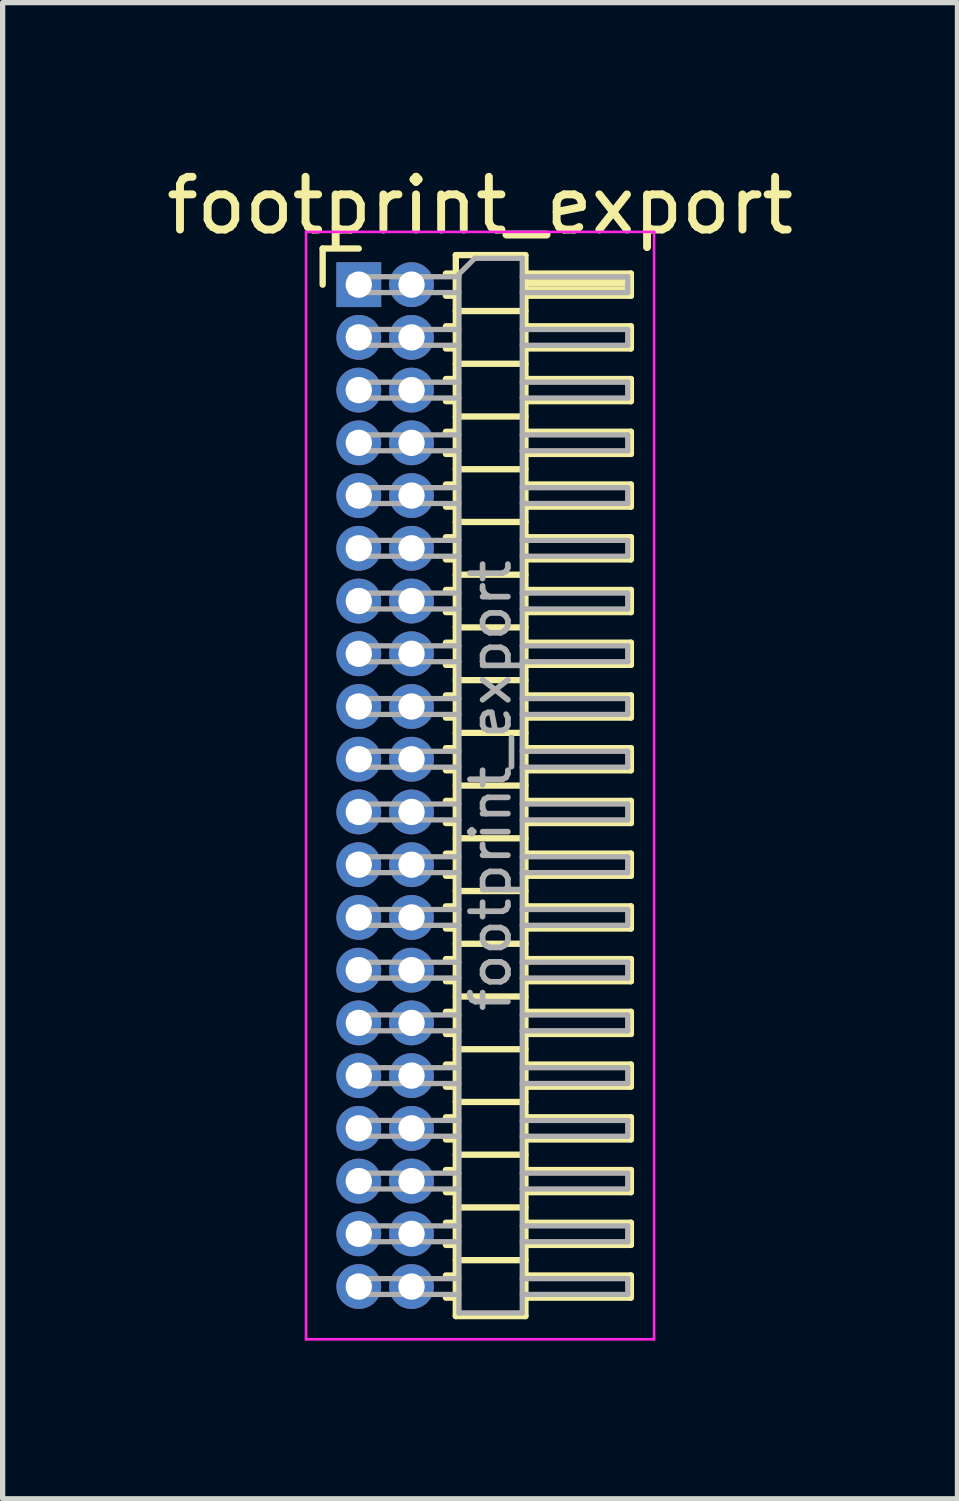
<source format=kicad_pcb>
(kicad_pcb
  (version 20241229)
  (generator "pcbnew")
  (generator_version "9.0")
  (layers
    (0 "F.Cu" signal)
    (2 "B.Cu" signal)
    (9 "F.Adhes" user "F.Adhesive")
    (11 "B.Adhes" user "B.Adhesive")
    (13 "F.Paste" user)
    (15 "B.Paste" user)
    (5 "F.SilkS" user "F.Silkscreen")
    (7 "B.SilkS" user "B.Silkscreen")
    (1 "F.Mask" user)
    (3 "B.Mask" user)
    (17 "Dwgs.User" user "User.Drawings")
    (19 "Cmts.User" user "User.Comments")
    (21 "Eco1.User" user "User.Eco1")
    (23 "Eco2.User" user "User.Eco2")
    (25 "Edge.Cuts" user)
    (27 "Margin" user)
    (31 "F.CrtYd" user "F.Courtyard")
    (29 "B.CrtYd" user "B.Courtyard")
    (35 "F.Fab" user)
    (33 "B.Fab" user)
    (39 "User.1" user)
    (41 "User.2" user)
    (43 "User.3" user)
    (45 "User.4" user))
  (footprint "footprint_export"
    (layer "F.Cu")
    (at 3.754 2.348)
    (property "Reference" "footprint_export" (at 2.3 -1.5 0) (layer "F.SilkS") (effects (font (size 1 1) (thickness 0.15))))
    (attr through_hole)
    (fp_line (start -0.685 -0.685) (end 0 -0.685) (stroke (width 0.12) (type solid)) (layer "F.SilkS"))
    (fp_line (start -0.685 0) (end -0.685 -0.685) (stroke (width 0.12) (type solid)) (layer "F.SilkS"))
    (fp_line (start 1.652 -0.21) (end 1.84 -0.21) (stroke (width 0.12) (type solid)) (layer "F.SilkS"))
    (fp_line (start 1.652 0.21) (end 1.84 0.21) (stroke (width 0.12) (type solid)) (layer "F.SilkS"))
    (fp_line (start 1.652 0.79) (end 1.84 0.79) (stroke (width 0.12) (type solid)) (layer "F.SilkS"))
    (fp_line (start 1.652 1.21) (end 1.84 1.21) (stroke (width 0.12) (type solid)) (layer "F.SilkS"))
    (fp_line (start 1.652 1.79) (end 1.84 1.79) (stroke (width 0.12) (type solid)) (layer "F.SilkS"))
    (fp_line (start 1.652 2.21) (end 1.84 2.21) (stroke (width 0.12) (type solid)) (layer "F.SilkS"))
    (fp_line (start 1.652 2.79) (end 1.84 2.79) (stroke (width 0.12) (type solid)) (layer "F.SilkS"))
    (fp_line (start 1.652 3.21) (end 1.84 3.21) (stroke (width 0.12) (type solid)) (layer "F.SilkS"))
    (fp_line (start 1.652 3.79) (end 1.84 3.79) (stroke (width 0.12) (type solid)) (layer "F.SilkS"))
    (fp_line (start 1.652 4.21) (end 1.84 4.21) (stroke (width 0.12) (type solid)) (layer "F.SilkS"))
    (fp_line (start 1.652 4.79) (end 1.84 4.79) (stroke (width 0.12) (type solid)) (layer "F.SilkS"))
    (fp_line (start 1.652 5.21) (end 1.84 5.21) (stroke (width 0.12) (type solid)) (layer "F.SilkS"))
    (fp_line (start 1.652 5.79) (end 1.84 5.79) (stroke (width 0.12) (type solid)) (layer "F.SilkS"))
    (fp_line (start 1.652 6.21) (end 1.84 6.21) (stroke (width 0.12) (type solid)) (layer "F.SilkS"))
    (fp_line (start 1.652 6.79) (end 1.84 6.79) (stroke (width 0.12) (type solid)) (layer "F.SilkS"))
    (fp_line (start 1.652 7.21) (end 1.84 7.21) (stroke (width 0.12) (type solid)) (layer "F.SilkS"))
    (fp_line (start 1.652 7.79) (end 1.84 7.79) (stroke (width 0.12) (type solid)) (layer "F.SilkS"))
    (fp_line (start 1.652 8.21) (end 1.84 8.21) (stroke (width 0.12) (type solid)) (layer "F.SilkS"))
    (fp_line (start 1.652 8.79) (end 1.84 8.79) (stroke (width 0.12) (type solid)) (layer "F.SilkS"))
    (fp_line (start 1.652 9.21) (end 1.84 9.21) (stroke (width 0.12) (type solid)) (layer "F.SilkS"))
    (fp_line (start 1.652 9.79) (end 1.84 9.79) (stroke (width 0.12) (type solid)) (layer "F.SilkS"))
    (fp_line (start 1.652 10.21) (end 1.84 10.21) (stroke (width 0.12) (type solid)) (layer "F.SilkS"))
    (fp_line (start 1.652 10.79) (end 1.84 10.79) (stroke (width 0.12) (type solid)) (layer "F.SilkS"))
    (fp_line (start 1.652 11.21) (end 1.84 11.21) (stroke (width 0.12) (type solid)) (layer "F.SilkS"))
    (fp_line (start 1.652 11.79) (end 1.84 11.79) (stroke (width 0.12) (type solid)) (layer "F.SilkS"))
    (fp_line (start 1.652 12.21) (end 1.84 12.21) (stroke (width 0.12) (type solid)) (layer "F.SilkS"))
    (fp_line (start 1.652 12.79) (end 1.84 12.79) (stroke (width 0.12) (type solid)) (layer "F.SilkS"))
    (fp_line (start 1.652 13.21) (end 1.84 13.21) (stroke (width 0.12) (type solid)) (layer "F.SilkS"))
    (fp_line (start 1.652 13.79) (end 1.84 13.79) (stroke (width 0.12) (type solid)) (layer "F.SilkS"))
    (fp_line (start 1.652 14.21) (end 1.84 14.21) (stroke (width 0.12) (type solid)) (layer "F.SilkS"))
    (fp_line (start 1.652 14.79) (end 1.84 14.79) (stroke (width 0.12) (type solid)) (layer "F.SilkS"))
    (fp_line (start 1.652 15.21) (end 1.84 15.21) (stroke (width 0.12) (type solid)) (layer "F.SilkS"))
    (fp_line (start 1.652 15.79) (end 1.84 15.79) (stroke (width 0.12) (type solid)) (layer "F.SilkS"))
    (fp_line (start 1.652 16.21) (end 1.84 16.21) (stroke (width 0.12) (type solid)) (layer "F.SilkS"))
    (fp_line (start 1.652 16.79) (end 1.84 16.79) (stroke (width 0.12) (type solid)) (layer "F.SilkS"))
    (fp_line (start 1.652 17.21) (end 1.84 17.21) (stroke (width 0.12) (type solid)) (layer "F.SilkS"))
    (fp_line (start 1.652 17.79) (end 1.84 17.79) (stroke (width 0.12) (type solid)) (layer "F.SilkS"))
    (fp_line (start 1.652 18.21) (end 1.84 18.21) (stroke (width 0.12) (type solid)) (layer "F.SilkS"))
    (fp_line (start 1.652 18.79) (end 1.84 18.79) (stroke (width 0.12) (type solid)) (layer "F.SilkS"))
    (fp_line (start 1.652 19.21) (end 1.84 19.21) (stroke (width 0.12) (type solid)) (layer "F.SilkS"))
    (fp_line (start 1.84 -0.56) (end 1.84 19.56) (stroke (width 0.12) (type solid)) (layer "F.SilkS"))
    (fp_line (start 1.84 0.5) (end 3.16 0.5) (stroke (width 0.12) (type solid)) (layer "F.SilkS"))
    (fp_line (start 1.84 1.5) (end 3.16 1.5) (stroke (width 0.12) (type solid)) (layer "F.SilkS"))
    (fp_line (start 1.84 2.5) (end 3.16 2.5) (stroke (width 0.12) (type solid)) (layer "F.SilkS"))
    (fp_line (start 1.84 3.5) (end 3.16 3.5) (stroke (width 0.12) (type solid)) (layer "F.SilkS"))
    (fp_line (start 1.84 4.5) (end 3.16 4.5) (stroke (width 0.12) (type solid)) (layer "F.SilkS"))
    (fp_line (start 1.84 5.5) (end 3.16 5.5) (stroke (width 0.12) (type solid)) (layer "F.SilkS"))
    (fp_line (start 1.84 6.5) (end 3.16 6.5) (stroke (width 0.12) (type solid)) (layer "F.SilkS"))
    (fp_line (start 1.84 7.5) (end 3.16 7.5) (stroke (width 0.12) (type solid)) (layer "F.SilkS"))
    (fp_line (start 1.84 8.5) (end 3.16 8.5) (stroke (width 0.12) (type solid)) (layer "F.SilkS"))
    (fp_line (start 1.84 9.5) (end 3.16 9.5) (stroke (width 0.12) (type solid)) (layer "F.SilkS"))
    (fp_line (start 1.84 10.5) (end 3.16 10.5) (stroke (width 0.12) (type solid)) (layer "F.SilkS"))
    (fp_line (start 1.84 11.5) (end 3.16 11.5) (stroke (width 0.12) (type solid)) (layer "F.SilkS"))
    (fp_line (start 1.84 12.5) (end 3.16 12.5) (stroke (width 0.12) (type solid)) (layer "F.SilkS"))
    (fp_line (start 1.84 13.5) (end 3.16 13.5) (stroke (width 0.12) (type solid)) (layer "F.SilkS"))
    (fp_line (start 1.84 14.5) (end 3.16 14.5) (stroke (width 0.12) (type solid)) (layer "F.SilkS"))
    (fp_line (start 1.84 15.5) (end 3.16 15.5) (stroke (width 0.12) (type solid)) (layer "F.SilkS"))
    (fp_line (start 1.84 16.5) (end 3.16 16.5) (stroke (width 0.12) (type solid)) (layer "F.SilkS"))
    (fp_line (start 1.84 17.5) (end 3.16 17.5) (stroke (width 0.12) (type solid)) (layer "F.SilkS"))
    (fp_line (start 1.84 18.5) (end 3.16 18.5) (stroke (width 0.12) (type solid)) (layer "F.SilkS"))
    (fp_line (start 1.84 19.56) (end 3.16 19.56) (stroke (width 0.12) (type solid)) (layer "F.SilkS"))
    (fp_line (start 3.16 -0.56) (end 1.84 -0.56) (stroke (width 0.12) (type solid)) (layer "F.SilkS"))
    (fp_line (start 3.16 -0.21) (end 5.16 -0.21) (stroke (width 0.12) (type solid)) (layer "F.SilkS"))
    (fp_line (start 3.16 -0.15) (end 5.16 -0.15) (stroke (width 0.12) (type solid)) (layer "F.SilkS"))
    (fp_line (start 3.16 -0.03) (end 5.16 -0.03) (stroke (width 0.12) (type solid)) (layer "F.SilkS"))
    (fp_line (start 3.16 0.09) (end 5.16 0.09) (stroke (width 0.12) (type solid)) (layer "F.SilkS"))
    (fp_line (start 3.16 0.79) (end 5.16 0.79) (stroke (width 0.12) (type solid)) (layer "F.SilkS"))
    (fp_line (start 3.16 1.79) (end 5.16 1.79) (stroke (width 0.12) (type solid)) (layer "F.SilkS"))
    (fp_line (start 3.16 2.79) (end 5.16 2.79) (stroke (width 0.12) (type solid)) (layer "F.SilkS"))
    (fp_line (start 3.16 3.79) (end 5.16 3.79) (stroke (width 0.12) (type solid)) (layer "F.SilkS"))
    (fp_line (start 3.16 4.79) (end 5.16 4.79) (stroke (width 0.12) (type solid)) (layer "F.SilkS"))
    (fp_line (start 3.16 5.79) (end 5.16 5.79) (stroke (width 0.12) (type solid)) (layer "F.SilkS"))
    (fp_line (start 3.16 6.79) (end 5.16 6.79) (stroke (width 0.12) (type solid)) (layer "F.SilkS"))
    (fp_line (start 3.16 7.79) (end 5.16 7.79) (stroke (width 0.12) (type solid)) (layer "F.SilkS"))
    (fp_line (start 3.16 8.79) (end 5.16 8.79) (stroke (width 0.12) (type solid)) (layer "F.SilkS"))
    (fp_line (start 3.16 9.79) (end 5.16 9.79) (stroke (width 0.12) (type solid)) (layer "F.SilkS"))
    (fp_line (start 3.16 10.79) (end 5.16 10.79) (stroke (width 0.12) (type solid)) (layer "F.SilkS"))
    (fp_line (start 3.16 11.79) (end 5.16 11.79) (stroke (width 0.12) (type solid)) (layer "F.SilkS"))
    (fp_line (start 3.16 12.79) (end 5.16 12.79) (stroke (width 0.12) (type solid)) (layer "F.SilkS"))
    (fp_line (start 3.16 13.79) (end 5.16 13.79) (stroke (width 0.12) (type solid)) (layer "F.SilkS"))
    (fp_line (start 3.16 14.79) (end 5.16 14.79) (stroke (width 0.12) (type solid)) (layer "F.SilkS"))
    (fp_line (start 3.16 15.79) (end 5.16 15.79) (stroke (width 0.12) (type solid)) (layer "F.SilkS"))
    (fp_line (start 3.16 16.79) (end 5.16 16.79) (stroke (width 0.12) (type solid)) (layer "F.SilkS"))
    (fp_line (start 3.16 17.79) (end 5.16 17.79) (stroke (width 0.12) (type solid)) (layer "F.SilkS"))
    (fp_line (start 3.16 18.79) (end 5.16 18.79) (stroke (width 0.12) (type solid)) (layer "F.SilkS"))
    (fp_line (start 3.16 19.56) (end 3.16 -0.56) (stroke (width 0.12) (type solid)) (layer "F.SilkS"))
    (fp_line (start 5.16 -0.21) (end 5.16 0.21) (stroke (width 0.12) (type solid)) (layer "F.SilkS"))
    (fp_line (start 5.16 0.21) (end 3.16 0.21) (stroke (width 0.12) (type solid)) (layer "F.SilkS"))
    (fp_line (start 5.16 0.79) (end 5.16 1.21) (stroke (width 0.12) (type solid)) (layer "F.SilkS"))
    (fp_line (start 5.16 1.21) (end 3.16 1.21) (stroke (width 0.12) (type solid)) (layer "F.SilkS"))
    (fp_line (start 5.16 1.79) (end 5.16 2.21) (stroke (width 0.12) (type solid)) (layer "F.SilkS"))
    (fp_line (start 5.16 2.21) (end 3.16 2.21) (stroke (width 0.12) (type solid)) (layer "F.SilkS"))
    (fp_line (start 5.16 2.79) (end 5.16 3.21) (stroke (width 0.12) (type solid)) (layer "F.SilkS"))
    (fp_line (start 5.16 3.21) (end 3.16 3.21) (stroke (width 0.12) (type solid)) (layer "F.SilkS"))
    (fp_line (start 5.16 3.79) (end 5.16 4.21) (stroke (width 0.12) (type solid)) (layer "F.SilkS"))
    (fp_line (start 5.16 4.21) (end 3.16 4.21) (stroke (width 0.12) (type solid)) (layer "F.SilkS"))
    (fp_line (start 5.16 4.79) (end 5.16 5.21) (stroke (width 0.12) (type solid)) (layer "F.SilkS"))
    (fp_line (start 5.16 5.21) (end 3.16 5.21) (stroke (width 0.12) (type solid)) (layer "F.SilkS"))
    (fp_line (start 5.16 5.79) (end 5.16 6.21) (stroke (width 0.12) (type solid)) (layer "F.SilkS"))
    (fp_line (start 5.16 6.21) (end 3.16 6.21) (stroke (width 0.12) (type solid)) (layer "F.SilkS"))
    (fp_line (start 5.16 6.79) (end 5.16 7.21) (stroke (width 0.12) (type solid)) (layer "F.SilkS"))
    (fp_line (start 5.16 7.21) (end 3.16 7.21) (stroke (width 0.12) (type solid)) (layer "F.SilkS"))
    (fp_line (start 5.16 7.79) (end 5.16 8.21) (stroke (width 0.12) (type solid)) (layer "F.SilkS"))
    (fp_line (start 5.16 8.21) (end 3.16 8.21) (stroke (width 0.12) (type solid)) (layer "F.SilkS"))
    (fp_line (start 5.16 8.79) (end 5.16 9.21) (stroke (width 0.12) (type solid)) (layer "F.SilkS"))
    (fp_line (start 5.16 9.21) (end 3.16 9.21) (stroke (width 0.12) (type solid)) (layer "F.SilkS"))
    (fp_line (start 5.16 9.79) (end 5.16 10.21) (stroke (width 0.12) (type solid)) (layer "F.SilkS"))
    (fp_line (start 5.16 10.21) (end 3.16 10.21) (stroke (width 0.12) (type solid)) (layer "F.SilkS"))
    (fp_line (start 5.16 10.79) (end 5.16 11.21) (stroke (width 0.12) (type solid)) (layer "F.SilkS"))
    (fp_line (start 5.16 11.21) (end 3.16 11.21) (stroke (width 0.12) (type solid)) (layer "F.SilkS"))
    (fp_line (start 5.16 11.79) (end 5.16 12.21) (stroke (width 0.12) (type solid)) (layer "F.SilkS"))
    (fp_line (start 5.16 12.21) (end 3.16 12.21) (stroke (width 0.12) (type solid)) (layer "F.SilkS"))
    (fp_line (start 5.16 12.79) (end 5.16 13.21) (stroke (width 0.12) (type solid)) (layer "F.SilkS"))
    (fp_line (start 5.16 13.21) (end 3.16 13.21) (stroke (width 0.12) (type solid)) (layer "F.SilkS"))
    (fp_line (start 5.16 13.79) (end 5.16 14.21) (stroke (width 0.12) (type solid)) (layer "F.SilkS"))
    (fp_line (start 5.16 14.21) (end 3.16 14.21) (stroke (width 0.12) (type solid)) (layer "F.SilkS"))
    (fp_line (start 5.16 14.79) (end 5.16 15.21) (stroke (width 0.12) (type solid)) (layer "F.SilkS"))
    (fp_line (start 5.16 15.21) (end 3.16 15.21) (stroke (width 0.12) (type solid)) (layer "F.SilkS"))
    (fp_line (start 5.16 15.79) (end 5.16 16.21) (stroke (width 0.12) (type solid)) (layer "F.SilkS"))
    (fp_line (start 5.16 16.21) (end 3.16 16.21) (stroke (width 0.12) (type solid)) (layer "F.SilkS"))
    (fp_line (start 5.16 16.79) (end 5.16 17.21) (stroke (width 0.12) (type solid)) (layer "F.SilkS"))
    (fp_line (start 5.16 17.21) (end 3.16 17.21) (stroke (width 0.12) (type solid)) (layer "F.SilkS"))
    (fp_line (start 5.16 17.79) (end 5.16 18.21) (stroke (width 0.12) (type solid)) (layer "F.SilkS"))
    (fp_line (start 5.16 18.21) (end 3.16 18.21) (stroke (width 0.12) (type solid)) (layer "F.SilkS"))
    (fp_line (start 5.16 18.79) (end 5.16 19.21) (stroke (width 0.12) (type solid)) (layer "F.SilkS"))
    (fp_line (start 5.16 19.21) (end 3.16 19.21) (stroke (width 0.12) (type solid)) (layer "F.SilkS"))
    (fp_line (start -1 -1) (end -1 20) (stroke (width 0.05) (type solid)) (layer "F.CrtYd"))
    (fp_line (start -1 20) (end 5.6 20) (stroke (width 0.05) (type solid)) (layer "F.CrtYd"))
    (fp_line (start 5.6 -1) (end -1 -1) (stroke (width 0.05) (type solid)) (layer "F.CrtYd"))
    (fp_line (start 5.6 20) (end 5.6 -1) (stroke (width 0.05) (type solid)) (layer "F.CrtYd"))
    (fp_line (start -0.15 -0.15) (end -0.15 0.15) (stroke (width 0.1) (type solid)) (layer "F.Fab"))
    (fp_line (start -0.15 -0.15) (end 1.9 -0.15) (stroke (width 0.1) (type solid)) (layer "F.Fab"))
    (fp_line (start -0.15 0.15) (end 1.9 0.15) (stroke (width 0.1) (type solid)) (layer "F.Fab"))
    (fp_line (start -0.15 0.85) (end -0.15 1.15) (stroke (width 0.1) (type solid)) (layer "F.Fab"))
    (fp_line (start -0.15 0.85) (end 1.9 0.85) (stroke (width 0.1) (type solid)) (layer "F.Fab"))
    (fp_line (start -0.15 1.15) (end 1.9 1.15) (stroke (width 0.1) (type solid)) (layer "F.Fab"))
    (fp_line (start -0.15 1.85) (end -0.15 2.15) (stroke (width 0.1) (type solid)) (layer "F.Fab"))
    (fp_line (start -0.15 1.85) (end 1.9 1.85) (stroke (width 0.1) (type solid)) (layer "F.Fab"))
    (fp_line (start -0.15 2.15) (end 1.9 2.15) (stroke (width 0.1) (type solid)) (layer "F.Fab"))
    (fp_line (start -0.15 2.85) (end -0.15 3.15) (stroke (width 0.1) (type solid)) (layer "F.Fab"))
    (fp_line (start -0.15 2.85) (end 1.9 2.85) (stroke (width 0.1) (type solid)) (layer "F.Fab"))
    (fp_line (start -0.15 3.15) (end 1.9 3.15) (stroke (width 0.1) (type solid)) (layer "F.Fab"))
    (fp_line (start -0.15 3.85) (end -0.15 4.15) (stroke (width 0.1) (type solid)) (layer "F.Fab"))
    (fp_line (start -0.15 3.85) (end 1.9 3.85) (stroke (width 0.1) (type solid)) (layer "F.Fab"))
    (fp_line (start -0.15 4.15) (end 1.9 4.15) (stroke (width 0.1) (type solid)) (layer "F.Fab"))
    (fp_line (start -0.15 4.85) (end -0.15 5.15) (stroke (width 0.1) (type solid)) (layer "F.Fab"))
    (fp_line (start -0.15 4.85) (end 1.9 4.85) (stroke (width 0.1) (type solid)) (layer "F.Fab"))
    (fp_line (start -0.15 5.15) (end 1.9 5.15) (stroke (width 0.1) (type solid)) (layer "F.Fab"))
    (fp_line (start -0.15 5.85) (end -0.15 6.15) (stroke (width 0.1) (type solid)) (layer "F.Fab"))
    (fp_line (start -0.15 5.85) (end 1.9 5.85) (stroke (width 0.1) (type solid)) (layer "F.Fab"))
    (fp_line (start -0.15 6.15) (end 1.9 6.15) (stroke (width 0.1) (type solid)) (layer "F.Fab"))
    (fp_line (start -0.15 6.85) (end -0.15 7.15) (stroke (width 0.1) (type solid)) (layer "F.Fab"))
    (fp_line (start -0.15 6.85) (end 1.9 6.85) (stroke (width 0.1) (type solid)) (layer "F.Fab"))
    (fp_line (start -0.15 7.15) (end 1.9 7.15) (stroke (width 0.1) (type solid)) (layer "F.Fab"))
    (fp_line (start -0.15 7.85) (end -0.15 8.15) (stroke (width 0.1) (type solid)) (layer "F.Fab"))
    (fp_line (start -0.15 7.85) (end 1.9 7.85) (stroke (width 0.1) (type solid)) (layer "F.Fab"))
    (fp_line (start -0.15 8.15) (end 1.9 8.15) (stroke (width 0.1) (type solid)) (layer "F.Fab"))
    (fp_line (start -0.15 8.85) (end -0.15 9.15) (stroke (width 0.1) (type solid)) (layer "F.Fab"))
    (fp_line (start -0.15 8.85) (end 1.9 8.85) (stroke (width 0.1) (type solid)) (layer "F.Fab"))
    (fp_line (start -0.15 9.15) (end 1.9 9.15) (stroke (width 0.1) (type solid)) (layer "F.Fab"))
    (fp_line (start -0.15 9.85) (end -0.15 10.15) (stroke (width 0.1) (type solid)) (layer "F.Fab"))
    (fp_line (start -0.15 9.85) (end 1.9 9.85) (stroke (width 0.1) (type solid)) (layer "F.Fab"))
    (fp_line (start -0.15 10.15) (end 1.9 10.15) (stroke (width 0.1) (type solid)) (layer "F.Fab"))
    (fp_line (start -0.15 10.85) (end -0.15 11.15) (stroke (width 0.1) (type solid)) (layer "F.Fab"))
    (fp_line (start -0.15 10.85) (end 1.9 10.85) (stroke (width 0.1) (type solid)) (layer "F.Fab"))
    (fp_line (start -0.15 11.15) (end 1.9 11.15) (stroke (width 0.1) (type solid)) (layer "F.Fab"))
    (fp_line (start -0.15 11.85) (end -0.15 12.15) (stroke (width 0.1) (type solid)) (layer "F.Fab"))
    (fp_line (start -0.15 11.85) (end 1.9 11.85) (stroke (width 0.1) (type solid)) (layer "F.Fab"))
    (fp_line (start -0.15 12.15) (end 1.9 12.15) (stroke (width 0.1) (type solid)) (layer "F.Fab"))
    (fp_line (start -0.15 12.85) (end -0.15 13.15) (stroke (width 0.1) (type solid)) (layer "F.Fab"))
    (fp_line (start -0.15 12.85) (end 1.9 12.85) (stroke (width 0.1) (type solid)) (layer "F.Fab"))
    (fp_line (start -0.15 13.15) (end 1.9 13.15) (stroke (width 0.1) (type solid)) (layer "F.Fab"))
    (fp_line (start -0.15 13.85) (end -0.15 14.15) (stroke (width 0.1) (type solid)) (layer "F.Fab"))
    (fp_line (start -0.15 13.85) (end 1.9 13.85) (stroke (width 0.1) (type solid)) (layer "F.Fab"))
    (fp_line (start -0.15 14.15) (end 1.9 14.15) (stroke (width 0.1) (type solid)) (layer "F.Fab"))
    (fp_line (start -0.15 14.85) (end -0.15 15.15) (stroke (width 0.1) (type solid)) (layer "F.Fab"))
    (fp_line (start -0.15 14.85) (end 1.9 14.85) (stroke (width 0.1) (type solid)) (layer "F.Fab"))
    (fp_line (start -0.15 15.15) (end 1.9 15.15) (stroke (width 0.1) (type solid)) (layer "F.Fab"))
    (fp_line (start -0.15 15.85) (end -0.15 16.15) (stroke (width 0.1) (type solid)) (layer "F.Fab"))
    (fp_line (start -0.15 15.85) (end 1.9 15.85) (stroke (width 0.1) (type solid)) (layer "F.Fab"))
    (fp_line (start -0.15 16.15) (end 1.9 16.15) (stroke (width 0.1) (type solid)) (layer "F.Fab"))
    (fp_line (start -0.15 16.85) (end -0.15 17.15) (stroke (width 0.1) (type solid)) (layer "F.Fab"))
    (fp_line (start -0.15 16.85) (end 1.9 16.85) (stroke (width 0.1) (type solid)) (layer "F.Fab"))
    (fp_line (start -0.15 17.15) (end 1.9 17.15) (stroke (width 0.1) (type solid)) (layer "F.Fab"))
    (fp_line (start -0.15 17.85) (end -0.15 18.15) (stroke (width 0.1) (type solid)) (layer "F.Fab"))
    (fp_line (start -0.15 17.85) (end 1.9 17.85) (stroke (width 0.1) (type solid)) (layer "F.Fab"))
    (fp_line (start -0.15 18.15) (end 1.9 18.15) (stroke (width 0.1) (type solid)) (layer "F.Fab"))
    (fp_line (start -0.15 18.85) (end -0.15 19.15) (stroke (width 0.1) (type solid)) (layer "F.Fab"))
    (fp_line (start -0.15 18.85) (end 1.9 18.85) (stroke (width 0.1) (type solid)) (layer "F.Fab"))
    (fp_line (start -0.15 19.15) (end 1.9 19.15) (stroke (width 0.1) (type solid)) (layer "F.Fab"))
    (fp_line (start 1.9 -0.2) (end 2.2 -0.5) (stroke (width 0.1) (type solid)) (layer "F.Fab"))
    (fp_line (start 1.9 19.5) (end 1.9 -0.2) (stroke (width 0.1) (type solid)) (layer "F.Fab"))
    (fp_line (start 2.2 -0.5) (end 3.1 -0.5) (stroke (width 0.1) (type solid)) (layer "F.Fab"))
    (fp_line (start 3.1 -0.5) (end 3.1 19.5) (stroke (width 0.1) (type solid)) (layer "F.Fab"))
    (fp_line (start 3.1 -0.15) (end 5.1 -0.15) (stroke (width 0.1) (type solid)) (layer "F.Fab"))
    (fp_line (start 3.1 0.15) (end 5.1 0.15) (stroke (width 0.1) (type solid)) (layer "F.Fab"))
    (fp_line (start 3.1 0.85) (end 5.1 0.85) (stroke (width 0.1) (type solid)) (layer "F.Fab"))
    (fp_line (start 3.1 1.15) (end 5.1 1.15) (stroke (width 0.1) (type solid)) (layer "F.Fab"))
    (fp_line (start 3.1 1.85) (end 5.1 1.85) (stroke (width 0.1) (type solid)) (layer "F.Fab"))
    (fp_line (start 3.1 2.15) (end 5.1 2.15) (stroke (width 0.1) (type solid)) (layer "F.Fab"))
    (fp_line (start 3.1 2.85) (end 5.1 2.85) (stroke (width 0.1) (type solid)) (layer "F.Fab"))
    (fp_line (start 3.1 3.15) (end 5.1 3.15) (stroke (width 0.1) (type solid)) (layer "F.Fab"))
    (fp_line (start 3.1 3.85) (end 5.1 3.85) (stroke (width 0.1) (type solid)) (layer "F.Fab"))
    (fp_line (start 3.1 4.15) (end 5.1 4.15) (stroke (width 0.1) (type solid)) (layer "F.Fab"))
    (fp_line (start 3.1 4.85) (end 5.1 4.85) (stroke (width 0.1) (type solid)) (layer "F.Fab"))
    (fp_line (start 3.1 5.15) (end 5.1 5.15) (stroke (width 0.1) (type solid)) (layer "F.Fab"))
    (fp_line (start 3.1 5.85) (end 5.1 5.85) (stroke (width 0.1) (type solid)) (layer "F.Fab"))
    (fp_line (start 3.1 6.15) (end 5.1 6.15) (stroke (width 0.1) (type solid)) (layer "F.Fab"))
    (fp_line (start 3.1 6.85) (end 5.1 6.85) (stroke (width 0.1) (type solid)) (layer "F.Fab"))
    (fp_line (start 3.1 7.15) (end 5.1 7.15) (stroke (width 0.1) (type solid)) (layer "F.Fab"))
    (fp_line (start 3.1 7.85) (end 5.1 7.85) (stroke (width 0.1) (type solid)) (layer "F.Fab"))
    (fp_line (start 3.1 8.15) (end 5.1 8.15) (stroke (width 0.1) (type solid)) (layer "F.Fab"))
    (fp_line (start 3.1 8.85) (end 5.1 8.85) (stroke (width 0.1) (type solid)) (layer "F.Fab"))
    (fp_line (start 3.1 9.15) (end 5.1 9.15) (stroke (width 0.1) (type solid)) (layer "F.Fab"))
    (fp_line (start 3.1 9.85) (end 5.1 9.85) (stroke (width 0.1) (type solid)) (layer "F.Fab"))
    (fp_line (start 3.1 10.15) (end 5.1 10.15) (stroke (width 0.1) (type solid)) (layer "F.Fab"))
    (fp_line (start 3.1 10.85) (end 5.1 10.85) (stroke (width 0.1) (type solid)) (layer "F.Fab"))
    (fp_line (start 3.1 11.15) (end 5.1 11.15) (stroke (width 0.1) (type solid)) (layer "F.Fab"))
    (fp_line (start 3.1 11.85) (end 5.1 11.85) (stroke (width 0.1) (type solid)) (layer "F.Fab"))
    (fp_line (start 3.1 12.15) (end 5.1 12.15) (stroke (width 0.1) (type solid)) (layer "F.Fab"))
    (fp_line (start 3.1 12.85) (end 5.1 12.85) (stroke (width 0.1) (type solid)) (layer "F.Fab"))
    (fp_line (start 3.1 13.15) (end 5.1 13.15) (stroke (width 0.1) (type solid)) (layer "F.Fab"))
    (fp_line (start 3.1 13.85) (end 5.1 13.85) (stroke (width 0.1) (type solid)) (layer "F.Fab"))
    (fp_line (start 3.1 14.15) (end 5.1 14.15) (stroke (width 0.1) (type solid)) (layer "F.Fab"))
    (fp_line (start 3.1 14.85) (end 5.1 14.85) (stroke (width 0.1) (type solid)) (layer "F.Fab"))
    (fp_line (start 3.1 15.15) (end 5.1 15.15) (stroke (width 0.1) (type solid)) (layer "F.Fab"))
    (fp_line (start 3.1 15.85) (end 5.1 15.85) (stroke (width 0.1) (type solid)) (layer "F.Fab"))
    (fp_line (start 3.1 16.15) (end 5.1 16.15) (stroke (width 0.1) (type solid)) (layer "F.Fab"))
    (fp_line (start 3.1 16.85) (end 5.1 16.85) (stroke (width 0.1) (type solid)) (layer "F.Fab"))
    (fp_line (start 3.1 17.15) (end 5.1 17.15) (stroke (width 0.1) (type solid)) (layer "F.Fab"))
    (fp_line (start 3.1 17.85) (end 5.1 17.85) (stroke (width 0.1) (type solid)) (layer "F.Fab"))
    (fp_line (start 3.1 18.15) (end 5.1 18.15) (stroke (width 0.1) (type solid)) (layer "F.Fab"))
    (fp_line (start 3.1 18.85) (end 5.1 18.85) (stroke (width 0.1) (type solid)) (layer "F.Fab"))
    (fp_line (start 3.1 19.15) (end 5.1 19.15) (stroke (width 0.1) (type solid)) (layer "F.Fab"))
    (fp_line (start 3.1 19.5) (end 1.9 19.5) (stroke (width 0.1) (type solid)) (layer "F.Fab"))
    (fp_line (start 5.1 -0.15) (end 5.1 0.15) (stroke (width 0.1) (type solid)) (layer "F.Fab"))
    (fp_line (start 5.1 0.85) (end 5.1 1.15) (stroke (width 0.1) (type solid)) (layer "F.Fab"))
    (fp_line (start 5.1 1.85) (end 5.1 2.15) (stroke (width 0.1) (type solid)) (layer "F.Fab"))
    (fp_line (start 5.1 2.85) (end 5.1 3.15) (stroke (width 0.1) (type solid)) (layer "F.Fab"))
    (fp_line (start 5.1 3.85) (end 5.1 4.15) (stroke (width 0.1) (type solid)) (layer "F.Fab"))
    (fp_line (start 5.1 4.85) (end 5.1 5.15) (stroke (width 0.1) (type solid)) (layer "F.Fab"))
    (fp_line (start 5.1 5.85) (end 5.1 6.15) (stroke (width 0.1) (type solid)) (layer "F.Fab"))
    (fp_line (start 5.1 6.85) (end 5.1 7.15) (stroke (width 0.1) (type solid)) (layer "F.Fab"))
    (fp_line (start 5.1 7.85) (end 5.1 8.15) (stroke (width 0.1) (type solid)) (layer "F.Fab"))
    (fp_line (start 5.1 8.85) (end 5.1 9.15) (stroke (width 0.1) (type solid)) (layer "F.Fab"))
    (fp_line (start 5.1 9.85) (end 5.1 10.15) (stroke (width 0.1) (type solid)) (layer "F.Fab"))
    (fp_line (start 5.1 10.85) (end 5.1 11.15) (stroke (width 0.1) (type solid)) (layer "F.Fab"))
    (fp_line (start 5.1 11.85) (end 5.1 12.15) (stroke (width 0.1) (type solid)) (layer "F.Fab"))
    (fp_line (start 5.1 12.85) (end 5.1 13.15) (stroke (width 0.1) (type solid)) (layer "F.Fab"))
    (fp_line (start 5.1 13.85) (end 5.1 14.15) (stroke (width 0.1) (type solid)) (layer "F.Fab"))
    (fp_line (start 5.1 14.85) (end 5.1 15.15) (stroke (width 0.1) (type solid)) (layer "F.Fab"))
    (fp_line (start 5.1 15.85) (end 5.1 16.15) (stroke (width 0.1) (type solid)) (layer "F.Fab"))
    (fp_line (start 5.1 16.85) (end 5.1 17.15) (stroke (width 0.1) (type solid)) (layer "F.Fab"))
    (fp_line (start 5.1 17.85) (end 5.1 18.15) (stroke (width 0.1) (type solid)) (layer "F.Fab"))
    (fp_line (start 5.1 18.85) (end 5.1 19.15) (stroke (width 0.1) (type solid)) (layer "F.Fab"))
    (fp_text user "${REFERENCE}" (at 2.5 9.5 90) (layer "F.Fab") (effects (font (size 0.72 0.72) (thickness 0.108))))
    (pad "1" thru_hole rect (at 0 0) (size 0.85 0.85) (drill 0.5) (layers "*.Cu" "*.Mask"))
    (pad "2" thru_hole oval (at 1 0) (size 0.85 0.85) (drill 0.5) (layers "*.Cu" "*.Mask"))
    (pad "3" thru_hole oval (at 0 1) (size 0.85 0.85) (drill 0.5) (layers "*.Cu" "*.Mask"))
    (pad "4" thru_hole oval (at 1 1) (size 0.85 0.85) (drill 0.5) (layers "*.Cu" "*.Mask"))
    (pad "5" thru_hole oval (at 0 2) (size 0.85 0.85) (drill 0.5) (layers "*.Cu" "*.Mask"))
    (pad "6" thru_hole oval (at 1 2) (size 0.85 0.85) (drill 0.5) (layers "*.Cu" "*.Mask"))
    (pad "7" thru_hole oval (at 0 3) (size 0.85 0.85) (drill 0.5) (layers "*.Cu" "*.Mask"))
    (pad "8" thru_hole oval (at 1 3) (size 0.85 0.85) (drill 0.5) (layers "*.Cu" "*.Mask"))
    (pad "9" thru_hole oval (at 0 4) (size 0.85 0.85) (drill 0.5) (layers "*.Cu" "*.Mask"))
    (pad "10" thru_hole oval (at 1 4) (size 0.85 0.85) (drill 0.5) (layers "*.Cu" "*.Mask"))
    (pad "11" thru_hole oval (at 0 5) (size 0.85 0.85) (drill 0.5) (layers "*.Cu" "*.Mask"))
    (pad "12" thru_hole oval (at 1 5) (size 0.85 0.85) (drill 0.5) (layers "*.Cu" "*.Mask"))
    (pad "13" thru_hole oval (at 0 6) (size 0.85 0.85) (drill 0.5) (layers "*.Cu" "*.Mask"))
    (pad "14" thru_hole oval (at 1 6) (size 0.85 0.85) (drill 0.5) (layers "*.Cu" "*.Mask"))
    (pad "15" thru_hole oval (at 0 7) (size 0.85 0.85) (drill 0.5) (layers "*.Cu" "*.Mask"))
    (pad "16" thru_hole oval (at 1 7) (size 0.85 0.85) (drill 0.5) (layers "*.Cu" "*.Mask"))
    (pad "17" thru_hole oval (at 0 8) (size 0.85 0.85) (drill 0.5) (layers "*.Cu" "*.Mask"))
    (pad "18" thru_hole oval (at 1 8) (size 0.85 0.85) (drill 0.5) (layers "*.Cu" "*.Mask"))
    (pad "19" thru_hole oval (at 0 9) (size 0.85 0.85) (drill 0.5) (layers "*.Cu" "*.Mask"))
    (pad "20" thru_hole oval (at 1 9) (size 0.85 0.85) (drill 0.5) (layers "*.Cu" "*.Mask"))
    (pad "21" thru_hole oval (at 0 10) (size 0.85 0.85) (drill 0.5) (layers "*.Cu" "*.Mask"))
    (pad "22" thru_hole oval (at 1 10) (size 0.85 0.85) (drill 0.5) (layers "*.Cu" "*.Mask"))
    (pad "23" thru_hole oval (at 0 11) (size 0.85 0.85) (drill 0.5) (layers "*.Cu" "*.Mask"))
    (pad "24" thru_hole oval (at 1 11) (size 0.85 0.85) (drill 0.5) (layers "*.Cu" "*.Mask"))
    (pad "25" thru_hole oval (at 0 12) (size 0.85 0.85) (drill 0.5) (layers "*.Cu" "*.Mask"))
    (pad "26" thru_hole oval (at 1 12) (size 0.85 0.85) (drill 0.5) (layers "*.Cu" "*.Mask"))
    (pad "27" thru_hole oval (at 0 13) (size 0.85 0.85) (drill 0.5) (layers "*.Cu" "*.Mask"))
    (pad "28" thru_hole oval (at 1 13) (size 0.85 0.85) (drill 0.5) (layers "*.Cu" "*.Mask"))
    (pad "29" thru_hole oval (at 0 14) (size 0.85 0.85) (drill 0.5) (layers "*.Cu" "*.Mask"))
    (pad "30" thru_hole oval (at 1 14) (size 0.85 0.85) (drill 0.5) (layers "*.Cu" "*.Mask"))
    (pad "31" thru_hole oval (at 0 15) (size 0.85 0.85) (drill 0.5) (layers "*.Cu" "*.Mask"))
    (pad "32" thru_hole oval (at 1 15) (size 0.85 0.85) (drill 0.5) (layers "*.Cu" "*.Mask"))
    (pad "33" thru_hole oval (at 0 16) (size 0.85 0.85) (drill 0.5) (layers "*.Cu" "*.Mask"))
    (pad "34" thru_hole oval (at 1 16) (size 0.85 0.85) (drill 0.5) (layers "*.Cu" "*.Mask"))
    (pad "35" thru_hole oval (at 0 17) (size 0.85 0.85) (drill 0.5) (layers "*.Cu" "*.Mask"))
    (pad "36" thru_hole oval (at 1 17) (size 0.85 0.85) (drill 0.5) (layers "*.Cu" "*.Mask"))
    (pad "37" thru_hole oval (at 0 18) (size 0.85 0.85) (drill 0.5) (layers "*.Cu" "*.Mask"))
    (pad "38" thru_hole oval (at 1 18) (size 0.85 0.85) (drill 0.5) (layers "*.Cu" "*.Mask"))
    (pad "39" thru_hole oval (at 0 19) (size 0.85 0.85) (drill 0.5) (layers "*.Cu" "*.Mask"))
    (pad "40" thru_hole oval (at 1 19) (size 0.85 0.85) (drill 0.5) (layers "*.Cu" "*.Mask")))
  (gr_rect
    (start -3 -3)
    (end 15.107 25.373)
    (stroke (width 0.1) (type default))
    (fill no)
    (layer "Edge.Cuts")))
</source>
